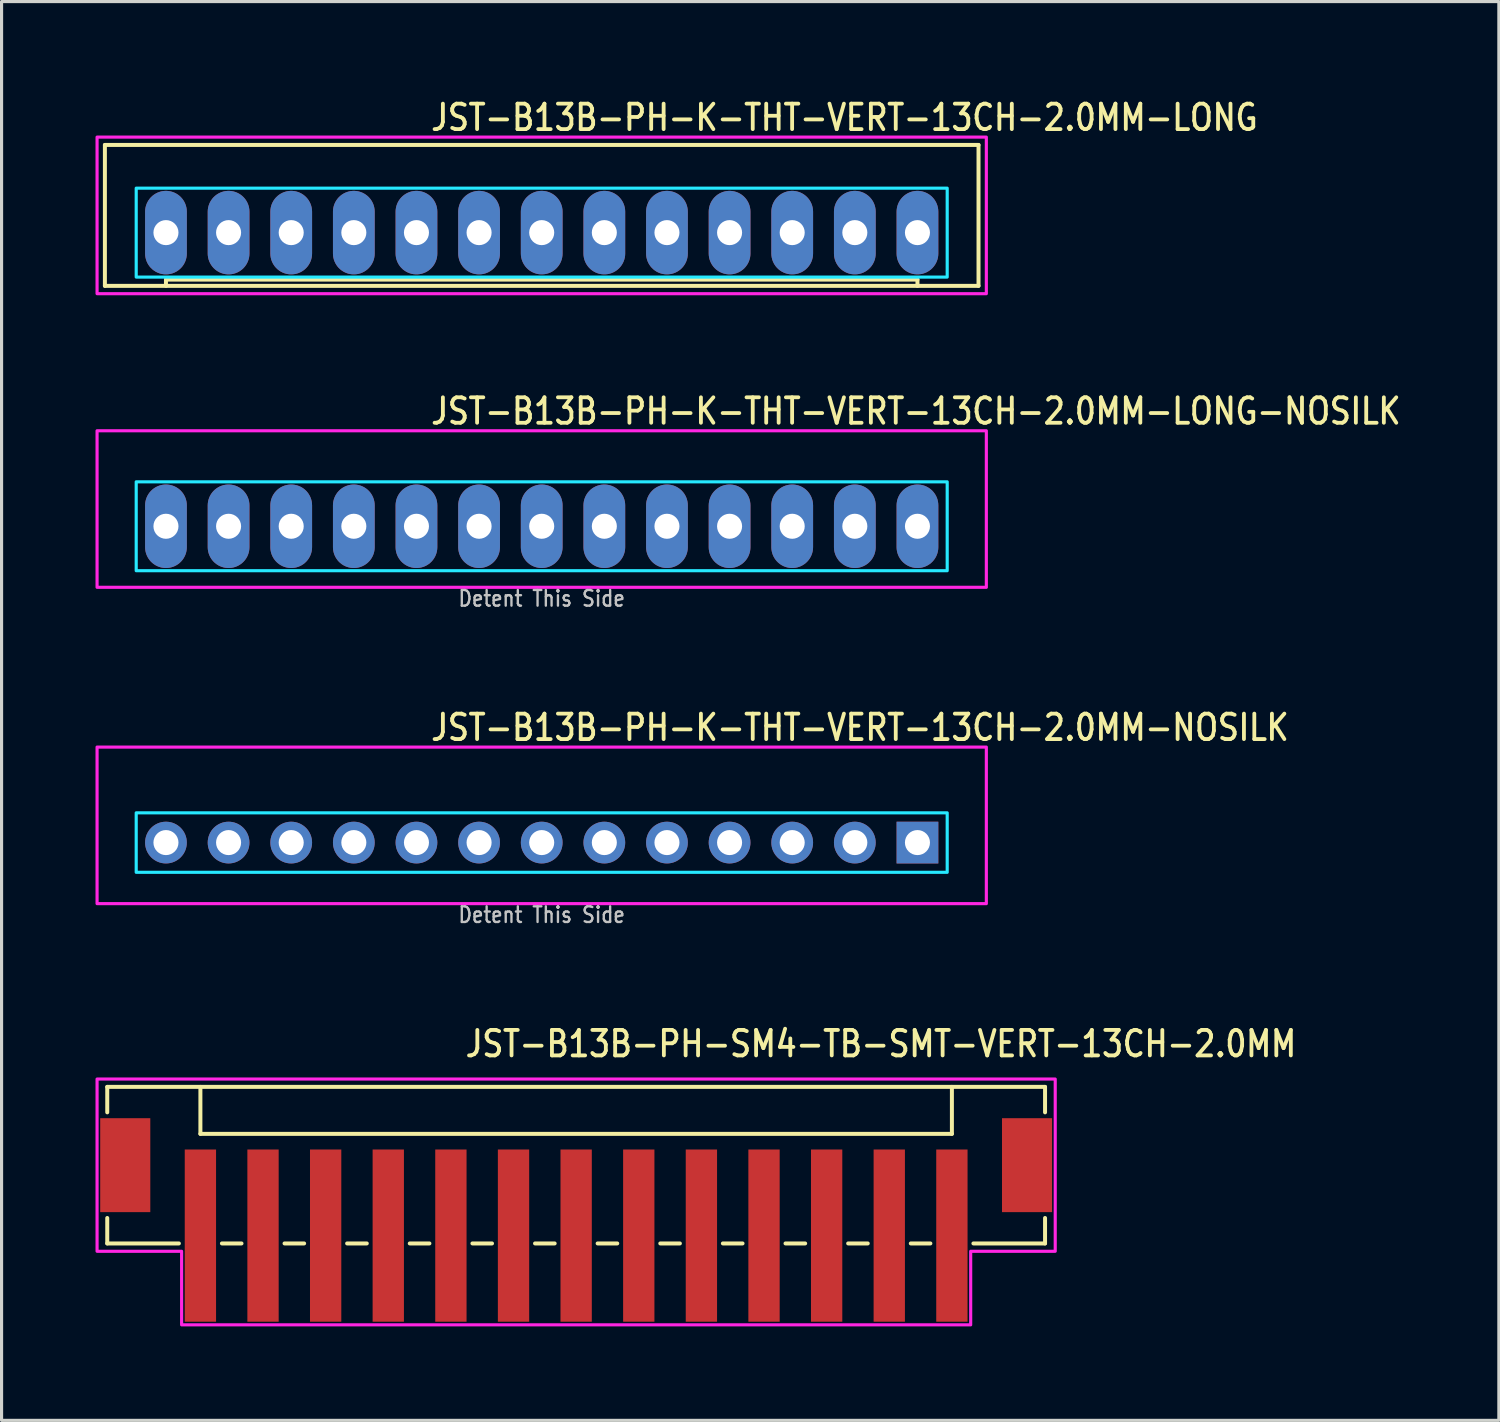
<source format=kicad_pcb>
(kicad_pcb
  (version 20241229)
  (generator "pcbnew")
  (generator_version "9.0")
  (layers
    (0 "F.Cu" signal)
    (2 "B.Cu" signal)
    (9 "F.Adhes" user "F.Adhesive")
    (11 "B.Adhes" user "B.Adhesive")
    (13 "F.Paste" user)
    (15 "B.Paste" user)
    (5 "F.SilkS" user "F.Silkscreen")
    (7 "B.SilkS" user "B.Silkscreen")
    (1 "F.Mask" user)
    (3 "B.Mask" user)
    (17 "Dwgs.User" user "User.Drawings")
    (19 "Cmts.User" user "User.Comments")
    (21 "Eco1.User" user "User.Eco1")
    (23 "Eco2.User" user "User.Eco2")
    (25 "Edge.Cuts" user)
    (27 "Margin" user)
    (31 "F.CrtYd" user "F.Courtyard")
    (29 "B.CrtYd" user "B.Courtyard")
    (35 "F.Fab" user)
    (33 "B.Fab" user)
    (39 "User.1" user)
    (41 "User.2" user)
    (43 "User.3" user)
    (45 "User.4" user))
  (footprint "JST-B13B-PH-K-THT-VERT-13CH-2.0MM-LONG"
    (layer "F.Cu")
    (at 14.25 4.379)
    (property "Reference" "JST-B13B-PH-K-THT-VERT-13CH-2.0MM-LONG" (at -3.6 -3.2 0) (unlocked yes) (layer "F.SilkS") (effects (font (size 0.813 0.695) (thickness 0.122)) (justify left bottom)))
    (fp_line (start -13.95 -2.8) (end -13.95 1.7) (stroke (width 0.127) (type solid)) (layer "F.SilkS"))
    (fp_line (start -13.95 -2.8) (end 13.95 -2.8) (stroke (width 0.127) (type solid)) (layer "F.SilkS"))
    (fp_line (start -13.95 1.7) (end 13.95 1.7) (stroke (width 0.127) (type solid)) (layer "F.SilkS"))
    (fp_line (start -12 1.7) (end -12 1.5) (stroke (width 0.127) (type solid)) (layer "F.SilkS"))
    (fp_line (start 12 1.5) (end -12 1.5) (stroke (width 0.127) (type solid)) (layer "F.SilkS"))
    (fp_line (start 12 1.7) (end 12 1.5) (stroke (width 0.127) (type solid)) (layer "F.SilkS"))
    (fp_line (start 13.95 1.7) (end 13.95 -2.8) (stroke (width 0.127) (type solid)) (layer "F.SilkS"))
    (fp_poly (pts (xy -12.95 -1.42) (xy -12.95 1.42) (xy 12.95 1.42) (xy 12.95 -1.42)) (stroke (width 0.1) (type solid)) (fill no) (layer "B.CrtYd"))
    (fp_poly (pts (xy -14.2 1.95) (xy -14.2 -3.05) (xy 14.2 -3.05) (xy 14.2 1.95)) (stroke (width 0.1) (type solid)) (fill no) (layer "F.CrtYd"))
    (pad "1" thru_hole oval (at 12 0 90) (size 2.667 1.333) (drill 0.8) (layers "*.Cu" "*.Mask"))
    (pad "2" thru_hole oval (at 10 0 90) (size 2.667 1.333) (drill 0.8) (layers "*.Cu" "*.Mask"))
    (pad "3" thru_hole oval (at 8 0 90) (size 2.667 1.333) (drill 0.8) (layers "*.Cu" "*.Mask"))
    (pad "4" thru_hole oval (at 6 0 90) (size 2.667 1.333) (drill 0.8) (layers "*.Cu" "*.Mask"))
    (pad "5" thru_hole oval (at 4 0 90) (size 2.667 1.333) (drill 0.8) (layers "*.Cu" "*.Mask"))
    (pad "6" thru_hole oval (at 2 0 90) (size 2.667 1.333) (drill 0.8) (layers "*.Cu" "*.Mask"))
    (pad "7" thru_hole oval (at 0 0 90) (size 2.667 1.333) (drill 0.8) (layers "*.Cu" "*.Mask"))
    (pad "8" thru_hole oval (at -2 0 90) (size 2.667 1.333) (drill 0.8) (layers "*.Cu" "*.Mask"))
    (pad "9" thru_hole oval (at -4 0 90) (size 2.667 1.333) (drill 0.8) (layers "*.Cu" "*.Mask"))
    (pad "10" thru_hole oval (at -6 0 90) (size 2.667 1.333) (drill 0.8) (layers "*.Cu" "*.Mask"))
    (pad "11" thru_hole oval (at -8 0 90) (size 2.667 1.333) (drill 0.8) (layers "*.Cu" "*.Mask"))
    (pad "12" thru_hole oval (at -10 0 90) (size 2.667 1.333) (drill 0.8) (layers "*.Cu" "*.Mask"))
    (pad "13" thru_hole oval (at -12 0 90) (size 2.667 1.333) (drill 0.8) (layers "*.Cu" "*.Mask")))
  (footprint "JST-B13B-PH-K-THT-VERT-13CH-2.0MM-NOSILK"
    (layer "F.Cu")
    (at 14.25 23.859)
    (property "Reference" "JST-B13B-PH-K-THT-VERT-13CH-2.0MM-NOSILK" (at -3.6 -3.2 0) (unlocked yes) (layer "F.SilkS") (effects (font (size 0.813 0.695) (thickness 0.122)) (justify left bottom)))
    (fp_poly (pts (xy -12.95 -0.95) (xy -12.95 0.95) (xy 12.95 0.95) (xy 12.95 -0.95)) (stroke (width 0.1) (type solid)) (fill no) (layer "B.CrtYd"))
    (fp_poly (pts (xy -14.2 1.95) (xy -14.2 -3.05) (xy 14.2 -3.05) (xy 14.2 1.95)) (stroke (width 0.1) (type solid)) (fill no) (layer "F.CrtYd"))
    (fp_text user "Detent This Side" (at 0 2.6 0) (unlocked yes) (layer "Dwgs.User") (effects (font (size 0.5 0.427) (thickness 0.075)) (justify bottom)))
    (pad "1" thru_hole rect (at 12 0) (size 1.333 1.333) (drill 0.8) (layers "*.Cu" "*.Mask"))
    (pad "2" thru_hole oval (at 10 0) (size 1.333 1.333) (drill 0.8) (layers "*.Cu" "*.Mask"))
    (pad "3" thru_hole oval (at 8 0) (size 1.333 1.333) (drill 0.8) (layers "*.Cu" "*.Mask"))
    (pad "4" thru_hole oval (at 6 0) (size 1.333 1.333) (drill 0.8) (layers "*.Cu" "*.Mask"))
    (pad "5" thru_hole oval (at 4 0) (size 1.333 1.333) (drill 0.8) (layers "*.Cu" "*.Mask"))
    (pad "6" thru_hole oval (at 2 0) (size 1.333 1.333) (drill 0.8) (layers "*.Cu" "*.Mask"))
    (pad "7" thru_hole oval (at 0 0) (size 1.333 1.333) (drill 0.8) (layers "*.Cu" "*.Mask"))
    (pad "8" thru_hole oval (at -2 0) (size 1.333 1.333) (drill 0.8) (layers "*.Cu" "*.Mask"))
    (pad "9" thru_hole oval (at -4 0) (size 1.333 1.333) (drill 0.8) (layers "*.Cu" "*.Mask"))
    (pad "10" thru_hole oval (at -6 0) (size 1.333 1.333) (drill 0.8) (layers "*.Cu" "*.Mask"))
    (pad "11" thru_hole oval (at -8 0) (size 1.333 1.333) (drill 0.8) (layers "*.Cu" "*.Mask"))
    (pad "12" thru_hole oval (at -10 0) (size 1.333 1.333) (drill 0.8) (layers "*.Cu" "*.Mask"))
    (pad "13" thru_hole oval (at -12 0) (size 1.333 1.333) (drill 0.8) (layers "*.Cu" "*.Mask")))
  (footprint "JST-B13B-PH-K-THT-VERT-13CH-2.0MM-LONG-NOSILK"
    (layer "F.Cu")
    (at 14.25 13.757)
    (property "Reference" "JST-B13B-PH-K-THT-VERT-13CH-2.0MM-LONG-NOSILK" (at -3.6 -3.2 0) (unlocked yes) (layer "F.SilkS") (effects (font (size 0.813 0.695) (thickness 0.122)) (justify left bottom)))
    (fp_poly (pts (xy -12.95 -1.42) (xy -12.95 1.42) (xy 12.95 1.42) (xy 12.95 -1.42)) (stroke (width 0.1) (type solid)) (fill no) (layer "B.CrtYd"))
    (fp_poly (pts (xy -14.2 1.95) (xy -14.2 -3.05) (xy 14.2 -3.05) (xy 14.2 1.95)) (stroke (width 0.1) (type solid)) (fill no) (layer "F.CrtYd"))
    (fp_text user "Detent This Side" (at 0 2.6 0) (unlocked yes) (layer "Dwgs.User") (effects (font (size 0.5 0.427) (thickness 0.075)) (justify bottom)))
    (pad "1" thru_hole oval (at 12 0 90) (size 2.667 1.333) (drill 0.8) (layers "*.Cu" "*.Mask"))
    (pad "2" thru_hole oval (at 10 0 90) (size 2.667 1.333) (drill 0.8) (layers "*.Cu" "*.Mask"))
    (pad "3" thru_hole oval (at 8 0 90) (size 2.667 1.333) (drill 0.8) (layers "*.Cu" "*.Mask"))
    (pad "4" thru_hole oval (at 6 0 90) (size 2.667 1.333) (drill 0.8) (layers "*.Cu" "*.Mask"))
    (pad "5" thru_hole oval (at 4 0 90) (size 2.667 1.333) (drill 0.8) (layers "*.Cu" "*.Mask"))
    (pad "6" thru_hole oval (at 2 0 90) (size 2.667 1.333) (drill 0.8) (layers "*.Cu" "*.Mask"))
    (pad "7" thru_hole oval (at 0 0 90) (size 2.667 1.333) (drill 0.8) (layers "*.Cu" "*.Mask"))
    (pad "8" thru_hole oval (at -2 0 90) (size 2.667 1.333) (drill 0.8) (layers "*.Cu" "*.Mask"))
    (pad "9" thru_hole oval (at -4 0 90) (size 2.667 1.333) (drill 0.8) (layers "*.Cu" "*.Mask"))
    (pad "10" thru_hole oval (at -6 0 90) (size 2.667 1.333) (drill 0.8) (layers "*.Cu" "*.Mask"))
    (pad "11" thru_hole oval (at -8 0 90) (size 2.667 1.333) (drill 0.8) (layers "*.Cu" "*.Mask"))
    (pad "12" thru_hole oval (at -10 0 90) (size 2.667 1.333) (drill 0.8) (layers "*.Cu" "*.Mask"))
    (pad "13" thru_hole oval (at -12 0 90) (size 2.667 1.333) (drill 0.8) (layers "*.Cu" "*.Mask")))
  (footprint "JST-B13B-PH-SM4-TB-SMT-VERT-13CH-2.0MM"
    (layer "F.Cu")
    (at 15.35 34.161)
    (property "Reference" "JST-B13B-PH-SM4-TB-SMT-VERT-13CH-2.0MM" (at -3.6 -3.4 0) (unlocked yes) (layer "F.SilkS") (effects (font (size 0.813 0.695) (thickness 0.122)) (justify left bottom)))
    (fp_line (start -14.975 -2.5) (end -14.975 -1.687) (stroke (width 0.127) (type solid)) (layer "F.SilkS"))
    (fp_line (start -14.975 -2.5) (end 14.975 -2.5) (stroke (width 0.127) (type solid)) (layer "F.SilkS"))
    (fp_line (start -14.975 2.5) (end -14.975 1.687) (stroke (width 0.127) (type solid)) (layer "F.SilkS"))
    (fp_line (start -14.975 2.5) (end -12.687 2.5) (stroke (width 0.127) (type solid)) (layer "F.SilkS"))
    (fp_line (start -12 -2.5) (end -12 -1) (stroke (width 0.127) (type solid)) (layer "F.SilkS"))
    (fp_line (start -12 -1) (end 12 -1) (stroke (width 0.127) (type solid)) (layer "F.SilkS"))
    (fp_line (start -11.313 2.5) (end -10.687 2.5) (stroke (width 0.127) (type solid)) (layer "F.SilkS"))
    (fp_line (start -9.313 2.5) (end -8.687 2.5) (stroke (width 0.127) (type solid)) (layer "F.SilkS"))
    (fp_line (start -7.314 2.5) (end -6.686 2.5) (stroke (width 0.127) (type solid)) (layer "F.SilkS"))
    (fp_line (start -5.314 2.5) (end -4.686 2.5) (stroke (width 0.127) (type solid)) (layer "F.SilkS"))
    (fp_line (start -3.313 2.5) (end -2.687 2.5) (stroke (width 0.127) (type solid)) (layer "F.SilkS"))
    (fp_line (start -1.313 2.5) (end -0.686 2.5) (stroke (width 0.127) (type solid)) (layer "F.SilkS"))
    (fp_line (start 0.686 2.5) (end 1.313 2.5) (stroke (width 0.127) (type solid)) (layer "F.SilkS"))
    (fp_line (start 2.687 2.5) (end 3.313 2.5) (stroke (width 0.127) (type solid)) (layer "F.SilkS"))
    (fp_line (start 4.686 2.5) (end 5.314 2.5) (stroke (width 0.127) (type solid)) (layer "F.SilkS"))
    (fp_line (start 6.686 2.5) (end 7.314 2.5) (stroke (width 0.127) (type solid)) (layer "F.SilkS"))
    (fp_line (start 8.687 2.5) (end 9.313 2.5) (stroke (width 0.127) (type solid)) (layer "F.SilkS"))
    (fp_line (start 10.687 2.5) (end 11.313 2.5) (stroke (width 0.127) (type solid)) (layer "F.SilkS"))
    (fp_line (start 12 -1) (end 12 -2.5) (stroke (width 0.127) (type solid)) (layer "F.SilkS"))
    (fp_line (start 12.687 2.5) (end 14.975 2.5) (stroke (width 0.127) (type solid)) (layer "F.SilkS"))
    (fp_line (start 14.975 -1.687) (end 14.975 -2.5) (stroke (width 0.127) (type solid)) (layer "F.SilkS"))
    (fp_line (start 14.975 1.687) (end 14.975 2.5) (stroke (width 0.127) (type solid)) (layer "F.SilkS"))
    (fp_poly (pts (xy -15.3 -2.75) (xy -15.3 2.75) (xy -12.6 2.75) (xy -12.6 5.1) (xy 12.6 5.1) (xy 12.6 2.75) (xy 15.3 2.75) (xy 15.3 -2.75)) (stroke (width 0.1) (type solid)) (fill no) (layer "F.CrtYd"))
    (pad "1" smd rect (at -12 2.25) (size 1 5.5) (layers "F.Cu" "F.Mask" "F.Paste"))
    (pad "2" smd rect (at -10 2.25) (size 1 5.5) (layers "F.Cu" "F.Mask" "F.Paste"))
    (pad "3" smd rect (at -8 2.25) (size 1 5.5) (layers "F.Cu" "F.Mask" "F.Paste"))
    (pad "4" smd rect (at -6 2.25) (size 1 5.5) (layers "F.Cu" "F.Mask" "F.Paste"))
    (pad "5" smd rect (at -4 2.25) (size 1 5.5) (layers "F.Cu" "F.Mask" "F.Paste"))
    (pad "6" smd rect (at -2 2.25) (size 1 5.5) (layers "F.Cu" "F.Mask" "F.Paste"))
    (pad "7" smd rect (at 0 2.25) (size 1 5.5) (layers "F.Cu" "F.Mask" "F.Paste"))
    (pad "8" smd rect (at 2 2.25) (size 1 5.5) (layers "F.Cu" "F.Mask" "F.Paste"))
    (pad "9" smd rect (at 4 2.25) (size 1 5.5) (layers "F.Cu" "F.Mask" "F.Paste"))
    (pad "10" smd rect (at 6 2.25) (size 1 5.5) (layers "F.Cu" "F.Mask" "F.Paste"))
    (pad "11" smd rect (at 8 2.25) (size 1 5.5) (layers "F.Cu" "F.Mask" "F.Paste"))
    (pad "12" smd rect (at 10 2.25) (size 1 5.5) (layers "F.Cu" "F.Mask" "F.Paste"))
    (pad "13" smd rect (at 12 2.25) (size 1 5.5) (layers "F.Cu" "F.Mask" "F.Paste"))
    (pad "S_1" smd rect (at -14.4 0) (size 1.6 3) (layers "F.Cu" "F.Mask" "F.Paste"))
    (pad "S_2" smd rect (at 14.4 0) (size 1.6 3) (layers "F.Cu" "F.Mask" "F.Paste")))
  (gr_rect
    (start -3 -3)
    (end 44.818 42.311)
    (stroke (width 0.1) (type default))
    (fill no)
    (layer "Edge.Cuts")))
</source>
